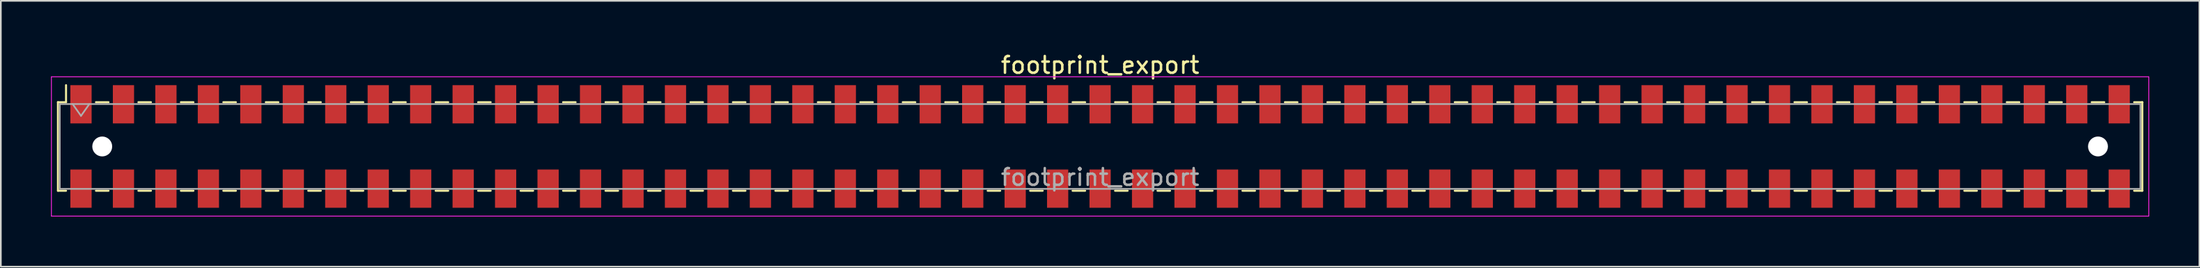
<source format=kicad_pcb>
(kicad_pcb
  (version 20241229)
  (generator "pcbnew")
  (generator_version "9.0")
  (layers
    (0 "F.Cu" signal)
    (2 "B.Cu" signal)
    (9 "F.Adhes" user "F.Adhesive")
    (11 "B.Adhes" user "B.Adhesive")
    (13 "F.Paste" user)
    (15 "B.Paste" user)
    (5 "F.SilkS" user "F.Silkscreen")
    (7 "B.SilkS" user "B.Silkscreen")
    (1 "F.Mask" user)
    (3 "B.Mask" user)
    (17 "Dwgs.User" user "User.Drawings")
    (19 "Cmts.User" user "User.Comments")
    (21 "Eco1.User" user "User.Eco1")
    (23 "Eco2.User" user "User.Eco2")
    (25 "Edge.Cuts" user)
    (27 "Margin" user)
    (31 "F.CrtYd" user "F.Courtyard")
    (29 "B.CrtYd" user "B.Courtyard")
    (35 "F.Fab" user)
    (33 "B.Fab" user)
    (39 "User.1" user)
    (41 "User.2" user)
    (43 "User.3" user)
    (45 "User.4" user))
  (footprint "footprint_export"
    (layer "F.Cu")
    (at 62.755 5.718)
    (property "Reference" "footprint_export" (at 0 -4.87 0) (layer "F.SilkS") (effects (font (size 1 1) (thickness 0.15))))
    (attr smd)
    (fp_line (start -62.34 -2.65) (end -62.34 2.65) (stroke (width 0.12) (type solid)) (layer "F.SilkS"))
    (fp_line (start -62.34 2.65) (end -61.855 2.65) (stroke (width 0.12) (type solid)) (layer "F.SilkS"))
    (fp_line (start -61.855 -3.67) (end -61.855 -2.65) (stroke (width 0.12) (type solid)) (layer "F.SilkS"))
    (fp_line (start -61.855 -2.65) (end -62.34 -2.65) (stroke (width 0.12) (type solid)) (layer "F.SilkS"))
    (fp_line (start -60.065 -2.65) (end -59.315 -2.65) (stroke (width 0.12) (type solid)) (layer "F.SilkS"))
    (fp_line (start -60.065 2.65) (end -59.315 2.65) (stroke (width 0.12) (type solid)) (layer "F.SilkS"))
    (fp_line (start -57.525 -2.65) (end -56.775 -2.65) (stroke (width 0.12) (type solid)) (layer "F.SilkS"))
    (fp_line (start -57.525 2.65) (end -56.775 2.65) (stroke (width 0.12) (type solid)) (layer "F.SilkS"))
    (fp_line (start -54.985 -2.65) (end -54.235 -2.65) (stroke (width 0.12) (type solid)) (layer "F.SilkS"))
    (fp_line (start -54.985 2.65) (end -54.235 2.65) (stroke (width 0.12) (type solid)) (layer "F.SilkS"))
    (fp_line (start -52.445 -2.65) (end -51.695 -2.65) (stroke (width 0.12) (type solid)) (layer "F.SilkS"))
    (fp_line (start -52.445 2.65) (end -51.695 2.65) (stroke (width 0.12) (type solid)) (layer "F.SilkS"))
    (fp_line (start -49.905 -2.65) (end -49.155 -2.65) (stroke (width 0.12) (type solid)) (layer "F.SilkS"))
    (fp_line (start -49.905 2.65) (end -49.155 2.65) (stroke (width 0.12) (type solid)) (layer "F.SilkS"))
    (fp_line (start -47.365 -2.65) (end -46.615 -2.65) (stroke (width 0.12) (type solid)) (layer "F.SilkS"))
    (fp_line (start -47.365 2.65) (end -46.615 2.65) (stroke (width 0.12) (type solid)) (layer "F.SilkS"))
    (fp_line (start -44.825 -2.65) (end -44.075 -2.65) (stroke (width 0.12) (type solid)) (layer "F.SilkS"))
    (fp_line (start -44.825 2.65) (end -44.075 2.65) (stroke (width 0.12) (type solid)) (layer "F.SilkS"))
    (fp_line (start -42.285 -2.65) (end -41.535 -2.65) (stroke (width 0.12) (type solid)) (layer "F.SilkS"))
    (fp_line (start -42.285 2.65) (end -41.535 2.65) (stroke (width 0.12) (type solid)) (layer "F.SilkS"))
    (fp_line (start -39.745 -2.65) (end -38.995 -2.65) (stroke (width 0.12) (type solid)) (layer "F.SilkS"))
    (fp_line (start -39.745 2.65) (end -38.995 2.65) (stroke (width 0.12) (type solid)) (layer "F.SilkS"))
    (fp_line (start -37.205 -2.65) (end -36.455 -2.65) (stroke (width 0.12) (type solid)) (layer "F.SilkS"))
    (fp_line (start -37.205 2.65) (end -36.455 2.65) (stroke (width 0.12) (type solid)) (layer "F.SilkS"))
    (fp_line (start -34.665 -2.65) (end -33.915 -2.65) (stroke (width 0.12) (type solid)) (layer "F.SilkS"))
    (fp_line (start -34.665 2.65) (end -33.915 2.65) (stroke (width 0.12) (type solid)) (layer "F.SilkS"))
    (fp_line (start -32.125 -2.65) (end -31.375 -2.65) (stroke (width 0.12) (type solid)) (layer "F.SilkS"))
    (fp_line (start -32.125 2.65) (end -31.375 2.65) (stroke (width 0.12) (type solid)) (layer "F.SilkS"))
    (fp_line (start -29.585 -2.65) (end -28.835 -2.65) (stroke (width 0.12) (type solid)) (layer "F.SilkS"))
    (fp_line (start -29.585 2.65) (end -28.835 2.65) (stroke (width 0.12) (type solid)) (layer "F.SilkS"))
    (fp_line (start -27.045 -2.65) (end -26.295 -2.65) (stroke (width 0.12) (type solid)) (layer "F.SilkS"))
    (fp_line (start -27.045 2.65) (end -26.295 2.65) (stroke (width 0.12) (type solid)) (layer "F.SilkS"))
    (fp_line (start -24.505 -2.65) (end -23.755 -2.65) (stroke (width 0.12) (type solid)) (layer "F.SilkS"))
    (fp_line (start -24.505 2.65) (end -23.755 2.65) (stroke (width 0.12) (type solid)) (layer "F.SilkS"))
    (fp_line (start -21.965 -2.65) (end -21.215 -2.65) (stroke (width 0.12) (type solid)) (layer "F.SilkS"))
    (fp_line (start -21.965 2.65) (end -21.215 2.65) (stroke (width 0.12) (type solid)) (layer "F.SilkS"))
    (fp_line (start -19.425 -2.65) (end -18.675 -2.65) (stroke (width 0.12) (type solid)) (layer "F.SilkS"))
    (fp_line (start -19.425 2.65) (end -18.675 2.65) (stroke (width 0.12) (type solid)) (layer "F.SilkS"))
    (fp_line (start -16.885 -2.65) (end -16.135 -2.65) (stroke (width 0.12) (type solid)) (layer "F.SilkS"))
    (fp_line (start -16.885 2.65) (end -16.135 2.65) (stroke (width 0.12) (type solid)) (layer "F.SilkS"))
    (fp_line (start -14.345 -2.65) (end -13.595 -2.65) (stroke (width 0.12) (type solid)) (layer "F.SilkS"))
    (fp_line (start -14.345 2.65) (end -13.595 2.65) (stroke (width 0.12) (type solid)) (layer "F.SilkS"))
    (fp_line (start -11.805 -2.65) (end -11.055 -2.65) (stroke (width 0.12) (type solid)) (layer "F.SilkS"))
    (fp_line (start -11.805 2.65) (end -11.055 2.65) (stroke (width 0.12) (type solid)) (layer "F.SilkS"))
    (fp_line (start -9.265 -2.65) (end -8.515 -2.65) (stroke (width 0.12) (type solid)) (layer "F.SilkS"))
    (fp_line (start -9.265 2.65) (end -8.515 2.65) (stroke (width 0.12) (type solid)) (layer "F.SilkS"))
    (fp_line (start -6.725 -2.65) (end -5.975 -2.65) (stroke (width 0.12) (type solid)) (layer "F.SilkS"))
    (fp_line (start -6.725 2.65) (end -5.975 2.65) (stroke (width 0.12) (type solid)) (layer "F.SilkS"))
    (fp_line (start -4.185 -2.65) (end -3.435 -2.65) (stroke (width 0.12) (type solid)) (layer "F.SilkS"))
    (fp_line (start -4.185 2.65) (end -3.435 2.65) (stroke (width 0.12) (type solid)) (layer "F.SilkS"))
    (fp_line (start -1.645 -2.65) (end -0.895 -2.65) (stroke (width 0.12) (type solid)) (layer "F.SilkS"))
    (fp_line (start -1.645 2.65) (end -0.895 2.65) (stroke (width 0.12) (type solid)) (layer "F.SilkS"))
    (fp_line (start 0.895 -2.65) (end 1.645 -2.65) (stroke (width 0.12) (type solid)) (layer "F.SilkS"))
    (fp_line (start 0.895 2.65) (end 1.645 2.65) (stroke (width 0.12) (type solid)) (layer "F.SilkS"))
    (fp_line (start 3.435 -2.65) (end 4.185 -2.65) (stroke (width 0.12) (type solid)) (layer "F.SilkS"))
    (fp_line (start 3.435 2.65) (end 4.185 2.65) (stroke (width 0.12) (type solid)) (layer "F.SilkS"))
    (fp_line (start 5.975 -2.65) (end 6.725 -2.65) (stroke (width 0.12) (type solid)) (layer "F.SilkS"))
    (fp_line (start 5.975 2.65) (end 6.725 2.65) (stroke (width 0.12) (type solid)) (layer "F.SilkS"))
    (fp_line (start 8.515 -2.65) (end 9.265 -2.65) (stroke (width 0.12) (type solid)) (layer "F.SilkS"))
    (fp_line (start 8.515 2.65) (end 9.265 2.65) (stroke (width 0.12) (type solid)) (layer "F.SilkS"))
    (fp_line (start 11.055 -2.65) (end 11.805 -2.65) (stroke (width 0.12) (type solid)) (layer "F.SilkS"))
    (fp_line (start 11.055 2.65) (end 11.805 2.65) (stroke (width 0.12) (type solid)) (layer "F.SilkS"))
    (fp_line (start 13.595 -2.65) (end 14.345 -2.65) (stroke (width 0.12) (type solid)) (layer "F.SilkS"))
    (fp_line (start 13.595 2.65) (end 14.345 2.65) (stroke (width 0.12) (type solid)) (layer "F.SilkS"))
    (fp_line (start 16.135 -2.65) (end 16.885 -2.65) (stroke (width 0.12) (type solid)) (layer "F.SilkS"))
    (fp_line (start 16.135 2.65) (end 16.885 2.65) (stroke (width 0.12) (type solid)) (layer "F.SilkS"))
    (fp_line (start 18.675 -2.65) (end 19.425 -2.65) (stroke (width 0.12) (type solid)) (layer "F.SilkS"))
    (fp_line (start 18.675 2.65) (end 19.425 2.65) (stroke (width 0.12) (type solid)) (layer "F.SilkS"))
    (fp_line (start 21.215 -2.65) (end 21.965 -2.65) (stroke (width 0.12) (type solid)) (layer "F.SilkS"))
    (fp_line (start 21.215 2.65) (end 21.965 2.65) (stroke (width 0.12) (type solid)) (layer "F.SilkS"))
    (fp_line (start 23.755 -2.65) (end 24.505 -2.65) (stroke (width 0.12) (type solid)) (layer "F.SilkS"))
    (fp_line (start 23.755 2.65) (end 24.505 2.65) (stroke (width 0.12) (type solid)) (layer "F.SilkS"))
    (fp_line (start 26.295 -2.65) (end 27.045 -2.65) (stroke (width 0.12) (type solid)) (layer "F.SilkS"))
    (fp_line (start 26.295 2.65) (end 27.045 2.65) (stroke (width 0.12) (type solid)) (layer "F.SilkS"))
    (fp_line (start 28.835 -2.65) (end 29.585 -2.65) (stroke (width 0.12) (type solid)) (layer "F.SilkS"))
    (fp_line (start 28.835 2.65) (end 29.585 2.65) (stroke (width 0.12) (type solid)) (layer "F.SilkS"))
    (fp_line (start 31.375 -2.65) (end 32.125 -2.65) (stroke (width 0.12) (type solid)) (layer "F.SilkS"))
    (fp_line (start 31.375 2.65) (end 32.125 2.65) (stroke (width 0.12) (type solid)) (layer "F.SilkS"))
    (fp_line (start 33.915 -2.65) (end 34.665 -2.65) (stroke (width 0.12) (type solid)) (layer "F.SilkS"))
    (fp_line (start 33.915 2.65) (end 34.665 2.65) (stroke (width 0.12) (type solid)) (layer "F.SilkS"))
    (fp_line (start 36.455 -2.65) (end 37.205 -2.65) (stroke (width 0.12) (type solid)) (layer "F.SilkS"))
    (fp_line (start 36.455 2.65) (end 37.205 2.65) (stroke (width 0.12) (type solid)) (layer "F.SilkS"))
    (fp_line (start 38.995 -2.65) (end 39.745 -2.65) (stroke (width 0.12) (type solid)) (layer "F.SilkS"))
    (fp_line (start 38.995 2.65) (end 39.745 2.65) (stroke (width 0.12) (type solid)) (layer "F.SilkS"))
    (fp_line (start 41.535 -2.65) (end 42.285 -2.65) (stroke (width 0.12) (type solid)) (layer "F.SilkS"))
    (fp_line (start 41.535 2.65) (end 42.285 2.65) (stroke (width 0.12) (type solid)) (layer "F.SilkS"))
    (fp_line (start 44.075 -2.65) (end 44.825 -2.65) (stroke (width 0.12) (type solid)) (layer "F.SilkS"))
    (fp_line (start 44.075 2.65) (end 44.825 2.65) (stroke (width 0.12) (type solid)) (layer "F.SilkS"))
    (fp_line (start 46.615 -2.65) (end 47.365 -2.65) (stroke (width 0.12) (type solid)) (layer "F.SilkS"))
    (fp_line (start 46.615 2.65) (end 47.365 2.65) (stroke (width 0.12) (type solid)) (layer "F.SilkS"))
    (fp_line (start 49.155 -2.65) (end 49.905 -2.65) (stroke (width 0.12) (type solid)) (layer "F.SilkS"))
    (fp_line (start 49.155 2.65) (end 49.905 2.65) (stroke (width 0.12) (type solid)) (layer "F.SilkS"))
    (fp_line (start 51.695 -2.65) (end 52.445 -2.65) (stroke (width 0.12) (type solid)) (layer "F.SilkS"))
    (fp_line (start 51.695 2.65) (end 52.445 2.65) (stroke (width 0.12) (type solid)) (layer "F.SilkS"))
    (fp_line (start 54.235 -2.65) (end 54.985 -2.65) (stroke (width 0.12) (type solid)) (layer "F.SilkS"))
    (fp_line (start 54.235 2.65) (end 54.985 2.65) (stroke (width 0.12) (type solid)) (layer "F.SilkS"))
    (fp_line (start 56.775 -2.65) (end 57.525 -2.65) (stroke (width 0.12) (type solid)) (layer "F.SilkS"))
    (fp_line (start 56.775 2.65) (end 57.525 2.65) (stroke (width 0.12) (type solid)) (layer "F.SilkS"))
    (fp_line (start 59.315 -2.65) (end 60.065 -2.65) (stroke (width 0.12) (type solid)) (layer "F.SilkS"))
    (fp_line (start 59.315 2.65) (end 60.065 2.65) (stroke (width 0.12) (type solid)) (layer "F.SilkS"))
    (fp_line (start 61.855 -2.65) (end 62.34 -2.65) (stroke (width 0.12) (type solid)) (layer "F.SilkS"))
    (fp_line (start 62.34 -2.65) (end 62.34 2.65) (stroke (width 0.12) (type solid)) (layer "F.SilkS"))
    (fp_line (start 62.34 2.65) (end 61.855 2.65) (stroke (width 0.12) (type solid)) (layer "F.SilkS"))
    (fp_line (start -62.73 -4.17) (end 62.73 -4.17) (stroke (width 0.05) (type solid)) (layer "F.CrtYd"))
    (fp_line (start -62.73 4.17) (end -62.73 -4.17) (stroke (width 0.05) (type solid)) (layer "F.CrtYd"))
    (fp_line (start 62.73 -4.17) (end 62.73 4.17) (stroke (width 0.05) (type solid)) (layer "F.CrtYd"))
    (fp_line (start 62.73 4.17) (end -62.73 4.17) (stroke (width 0.05) (type solid)) (layer "F.CrtYd"))
    (fp_line (start -62.23 -2.54) (end 62.23 -2.54) (stroke (width 0.1) (type solid)) (layer "F.Fab"))
    (fp_line (start -62.23 2.54) (end -62.23 -2.54) (stroke (width 0.1) (type solid)) (layer "F.Fab"))
    (fp_line (start -61.46 -2.54) (end -60.96 -1.833) (stroke (width 0.1) (type solid)) (layer "F.Fab"))
    (fp_line (start -60.96 -1.833) (end -60.46 -2.54) (stroke (width 0.1) (type solid)) (layer "F.Fab"))
    (fp_line (start 62.23 -2.54) (end 62.23 2.54) (stroke (width 0.1) (type solid)) (layer "F.Fab"))
    (fp_line (start 62.23 2.54) (end -62.23 2.54) (stroke (width 0.1) (type solid)) (layer "F.Fab"))
    (fp_text user "${REFERENCE}" (at 0 1.84 0) (layer "F.Fab") (effects (font (size 1 1) (thickness 0.15))))
    (pad "" np_thru_hole circle (at -59.69 0) (size 1.19 1.19) (drill 1.19) (layers "*.Cu" "*.Mask"))
    (pad "" np_thru_hole circle (at 59.69 0) (size 1.19 1.19) (drill 1.19) (layers "*.Cu" "*.Mask"))
    (pad "1" smd rect (at -60.96 -2.525) (size 1.27 2.29) (layers "F.Cu" "F.Mask" "F.Paste"))
    (pad "2" smd rect (at -60.96 2.525) (size 1.27 2.29) (layers "F.Cu" "F.Mask" "F.Paste"))
    (pad "3" smd rect (at -58.42 -2.525) (size 1.27 2.29) (layers "F.Cu" "F.Mask" "F.Paste"))
    (pad "4" smd rect (at -58.42 2.525) (size 1.27 2.29) (layers "F.Cu" "F.Mask" "F.Paste"))
    (pad "5" smd rect (at -55.88 -2.525) (size 1.27 2.29) (layers "F.Cu" "F.Mask" "F.Paste"))
    (pad "6" smd rect (at -55.88 2.525) (size 1.27 2.29) (layers "F.Cu" "F.Mask" "F.Paste"))
    (pad "7" smd rect (at -53.34 -2.525) (size 1.27 2.29) (layers "F.Cu" "F.Mask" "F.Paste"))
    (pad "8" smd rect (at -53.34 2.525) (size 1.27 2.29) (layers "F.Cu" "F.Mask" "F.Paste"))
    (pad "9" smd rect (at -50.8 -2.525) (size 1.27 2.29) (layers "F.Cu" "F.Mask" "F.Paste"))
    (pad "10" smd rect (at -50.8 2.525) (size 1.27 2.29) (layers "F.Cu" "F.Mask" "F.Paste"))
    (pad "11" smd rect (at -48.26 -2.525) (size 1.27 2.29) (layers "F.Cu" "F.Mask" "F.Paste"))
    (pad "12" smd rect (at -48.26 2.525) (size 1.27 2.29) (layers "F.Cu" "F.Mask" "F.Paste"))
    (pad "13" smd rect (at -45.72 -2.525) (size 1.27 2.29) (layers "F.Cu" "F.Mask" "F.Paste"))
    (pad "14" smd rect (at -45.72 2.525) (size 1.27 2.29) (layers "F.Cu" "F.Mask" "F.Paste"))
    (pad "15" smd rect (at -43.18 -2.525) (size 1.27 2.29) (layers "F.Cu" "F.Mask" "F.Paste"))
    (pad "16" smd rect (at -43.18 2.525) (size 1.27 2.29) (layers "F.Cu" "F.Mask" "F.Paste"))
    (pad "17" smd rect (at -40.64 -2.525) (size 1.27 2.29) (layers "F.Cu" "F.Mask" "F.Paste"))
    (pad "18" smd rect (at -40.64 2.525) (size 1.27 2.29) (layers "F.Cu" "F.Mask" "F.Paste"))
    (pad "19" smd rect (at -38.1 -2.525) (size 1.27 2.29) (layers "F.Cu" "F.Mask" "F.Paste"))
    (pad "20" smd rect (at -38.1 2.525) (size 1.27 2.29) (layers "F.Cu" "F.Mask" "F.Paste"))
    (pad "21" smd rect (at -35.56 -2.525) (size 1.27 2.29) (layers "F.Cu" "F.Mask" "F.Paste"))
    (pad "22" smd rect (at -35.56 2.525) (size 1.27 2.29) (layers "F.Cu" "F.Mask" "F.Paste"))
    (pad "23" smd rect (at -33.02 -2.525) (size 1.27 2.29) (layers "F.Cu" "F.Mask" "F.Paste"))
    (pad "24" smd rect (at -33.02 2.525) (size 1.27 2.29) (layers "F.Cu" "F.Mask" "F.Paste"))
    (pad "25" smd rect (at -30.48 -2.525) (size 1.27 2.29) (layers "F.Cu" "F.Mask" "F.Paste"))
    (pad "26" smd rect (at -30.48 2.525) (size 1.27 2.29) (layers "F.Cu" "F.Mask" "F.Paste"))
    (pad "27" smd rect (at -27.94 -2.525) (size 1.27 2.29) (layers "F.Cu" "F.Mask" "F.Paste"))
    (pad "28" smd rect (at -27.94 2.525) (size 1.27 2.29) (layers "F.Cu" "F.Mask" "F.Paste"))
    (pad "29" smd rect (at -25.4 -2.525) (size 1.27 2.29) (layers "F.Cu" "F.Mask" "F.Paste"))
    (pad "30" smd rect (at -25.4 2.525) (size 1.27 2.29) (layers "F.Cu" "F.Mask" "F.Paste"))
    (pad "31" smd rect (at -22.86 -2.525) (size 1.27 2.29) (layers "F.Cu" "F.Mask" "F.Paste"))
    (pad "32" smd rect (at -22.86 2.525) (size 1.27 2.29) (layers "F.Cu" "F.Mask" "F.Paste"))
    (pad "33" smd rect (at -20.32 -2.525) (size 1.27 2.29) (layers "F.Cu" "F.Mask" "F.Paste"))
    (pad "34" smd rect (at -20.32 2.525) (size 1.27 2.29) (layers "F.Cu" "F.Mask" "F.Paste"))
    (pad "35" smd rect (at -17.78 -2.525) (size 1.27 2.29) (layers "F.Cu" "F.Mask" "F.Paste"))
    (pad "36" smd rect (at -17.78 2.525) (size 1.27 2.29) (layers "F.Cu" "F.Mask" "F.Paste"))
    (pad "37" smd rect (at -15.24 -2.525) (size 1.27 2.29) (layers "F.Cu" "F.Mask" "F.Paste"))
    (pad "38" smd rect (at -15.24 2.525) (size 1.27 2.29) (layers "F.Cu" "F.Mask" "F.Paste"))
    (pad "39" smd rect (at -12.7 -2.525) (size 1.27 2.29) (layers "F.Cu" "F.Mask" "F.Paste"))
    (pad "40" smd rect (at -12.7 2.525) (size 1.27 2.29) (layers "F.Cu" "F.Mask" "F.Paste"))
    (pad "41" smd rect (at -10.16 -2.525) (size 1.27 2.29) (layers "F.Cu" "F.Mask" "F.Paste"))
    (pad "42" smd rect (at -10.16 2.525) (size 1.27 2.29) (layers "F.Cu" "F.Mask" "F.Paste"))
    (pad "43" smd rect (at -7.62 -2.525) (size 1.27 2.29) (layers "F.Cu" "F.Mask" "F.Paste"))
    (pad "44" smd rect (at -7.62 2.525) (size 1.27 2.29) (layers "F.Cu" "F.Mask" "F.Paste"))
    (pad "45" smd rect (at -5.08 -2.525) (size 1.27 2.29) (layers "F.Cu" "F.Mask" "F.Paste"))
    (pad "46" smd rect (at -5.08 2.525) (size 1.27 2.29) (layers "F.Cu" "F.Mask" "F.Paste"))
    (pad "47" smd rect (at -2.54 -2.525) (size 1.27 2.29) (layers "F.Cu" "F.Mask" "F.Paste"))
    (pad "48" smd rect (at -2.54 2.525) (size 1.27 2.29) (layers "F.Cu" "F.Mask" "F.Paste"))
    (pad "49" smd rect (at 0 -2.525) (size 1.27 2.29) (layers "F.Cu" "F.Mask" "F.Paste"))
    (pad "50" smd rect (at 0 2.525) (size 1.27 2.29) (layers "F.Cu" "F.Mask" "F.Paste"))
    (pad "51" smd rect (at 2.54 -2.525) (size 1.27 2.29) (layers "F.Cu" "F.Mask" "F.Paste"))
    (pad "52" smd rect (at 2.54 2.525) (size 1.27 2.29) (layers "F.Cu" "F.Mask" "F.Paste"))
    (pad "53" smd rect (at 5.08 -2.525) (size 1.27 2.29) (layers "F.Cu" "F.Mask" "F.Paste"))
    (pad "54" smd rect (at 5.08 2.525) (size 1.27 2.29) (layers "F.Cu" "F.Mask" "F.Paste"))
    (pad "55" smd rect (at 7.62 -2.525) (size 1.27 2.29) (layers "F.Cu" "F.Mask" "F.Paste"))
    (pad "56" smd rect (at 7.62 2.525) (size 1.27 2.29) (layers "F.Cu" "F.Mask" "F.Paste"))
    (pad "57" smd rect (at 10.16 -2.525) (size 1.27 2.29) (layers "F.Cu" "F.Mask" "F.Paste"))
    (pad "58" smd rect (at 10.16 2.525) (size 1.27 2.29) (layers "F.Cu" "F.Mask" "F.Paste"))
    (pad "59" smd rect (at 12.7 -2.525) (size 1.27 2.29) (layers "F.Cu" "F.Mask" "F.Paste"))
    (pad "60" smd rect (at 12.7 2.525) (size 1.27 2.29) (layers "F.Cu" "F.Mask" "F.Paste"))
    (pad "61" smd rect (at 15.24 -2.525) (size 1.27 2.29) (layers "F.Cu" "F.Mask" "F.Paste"))
    (pad "62" smd rect (at 15.24 2.525) (size 1.27 2.29) (layers "F.Cu" "F.Mask" "F.Paste"))
    (pad "63" smd rect (at 17.78 -2.525) (size 1.27 2.29) (layers "F.Cu" "F.Mask" "F.Paste"))
    (pad "64" smd rect (at 17.78 2.525) (size 1.27 2.29) (layers "F.Cu" "F.Mask" "F.Paste"))
    (pad "65" smd rect (at 20.32 -2.525) (size 1.27 2.29) (layers "F.Cu" "F.Mask" "F.Paste"))
    (pad "66" smd rect (at 20.32 2.525) (size 1.27 2.29) (layers "F.Cu" "F.Mask" "F.Paste"))
    (pad "67" smd rect (at 22.86 -2.525) (size 1.27 2.29) (layers "F.Cu" "F.Mask" "F.Paste"))
    (pad "68" smd rect (at 22.86 2.525) (size 1.27 2.29) (layers "F.Cu" "F.Mask" "F.Paste"))
    (pad "69" smd rect (at 25.4 -2.525) (size 1.27 2.29) (layers "F.Cu" "F.Mask" "F.Paste"))
    (pad "70" smd rect (at 25.4 2.525) (size 1.27 2.29) (layers "F.Cu" "F.Mask" "F.Paste"))
    (pad "71" smd rect (at 27.94 -2.525) (size 1.27 2.29) (layers "F.Cu" "F.Mask" "F.Paste"))
    (pad "72" smd rect (at 27.94 2.525) (size 1.27 2.29) (layers "F.Cu" "F.Mask" "F.Paste"))
    (pad "73" smd rect (at 30.48 -2.525) (size 1.27 2.29) (layers "F.Cu" "F.Mask" "F.Paste"))
    (pad "74" smd rect (at 30.48 2.525) (size 1.27 2.29) (layers "F.Cu" "F.Mask" "F.Paste"))
    (pad "75" smd rect (at 33.02 -2.525) (size 1.27 2.29) (layers "F.Cu" "F.Mask" "F.Paste"))
    (pad "76" smd rect (at 33.02 2.525) (size 1.27 2.29) (layers "F.Cu" "F.Mask" "F.Paste"))
    (pad "77" smd rect (at 35.56 -2.525) (size 1.27 2.29) (layers "F.Cu" "F.Mask" "F.Paste"))
    (pad "78" smd rect (at 35.56 2.525) (size 1.27 2.29) (layers "F.Cu" "F.Mask" "F.Paste"))
    (pad "79" smd rect (at 38.1 -2.525) (size 1.27 2.29) (layers "F.Cu" "F.Mask" "F.Paste"))
    (pad "80" smd rect (at 38.1 2.525) (size 1.27 2.29) (layers "F.Cu" "F.Mask" "F.Paste"))
    (pad "81" smd rect (at 40.64 -2.525) (size 1.27 2.29) (layers "F.Cu" "F.Mask" "F.Paste"))
    (pad "82" smd rect (at 40.64 2.525) (size 1.27 2.29) (layers "F.Cu" "F.Mask" "F.Paste"))
    (pad "83" smd rect (at 43.18 -2.525) (size 1.27 2.29) (layers "F.Cu" "F.Mask" "F.Paste"))
    (pad "84" smd rect (at 43.18 2.525) (size 1.27 2.29) (layers "F.Cu" "F.Mask" "F.Paste"))
    (pad "85" smd rect (at 45.72 -2.525) (size 1.27 2.29) (layers "F.Cu" "F.Mask" "F.Paste"))
    (pad "86" smd rect (at 45.72 2.525) (size 1.27 2.29) (layers "F.Cu" "F.Mask" "F.Paste"))
    (pad "87" smd rect (at 48.26 -2.525) (size 1.27 2.29) (layers "F.Cu" "F.Mask" "F.Paste"))
    (pad "88" smd rect (at 48.26 2.525) (size 1.27 2.29) (layers "F.Cu" "F.Mask" "F.Paste"))
    (pad "89" smd rect (at 50.8 -2.525) (size 1.27 2.29) (layers "F.Cu" "F.Mask" "F.Paste"))
    (pad "90" smd rect (at 50.8 2.525) (size 1.27 2.29) (layers "F.Cu" "F.Mask" "F.Paste"))
    (pad "91" smd rect (at 53.34 -2.525) (size 1.27 2.29) (layers "F.Cu" "F.Mask" "F.Paste"))
    (pad "92" smd rect (at 53.34 2.525) (size 1.27 2.29) (layers "F.Cu" "F.Mask" "F.Paste"))
    (pad "93" smd rect (at 55.88 -2.525) (size 1.27 2.29) (layers "F.Cu" "F.Mask" "F.Paste"))
    (pad "94" smd rect (at 55.88 2.525) (size 1.27 2.29) (layers "F.Cu" "F.Mask" "F.Paste"))
    (pad "95" smd rect (at 58.42 -2.525) (size 1.27 2.29) (layers "F.Cu" "F.Mask" "F.Paste"))
    (pad "96" smd rect (at 58.42 2.525) (size 1.27 2.29) (layers "F.Cu" "F.Mask" "F.Paste"))
    (pad "97" smd rect (at 60.96 -2.525) (size 1.27 2.29) (layers "F.Cu" "F.Mask" "F.Paste"))
    (pad "98" smd rect (at 60.96 2.525) (size 1.27 2.29) (layers "F.Cu" "F.Mask" "F.Paste")))
  (gr_rect
    (start -3 -3)
    (end 128.51 12.913)
    (stroke (width 0.1) (type default))
    (fill no)
    (layer "Edge.Cuts")))
</source>
